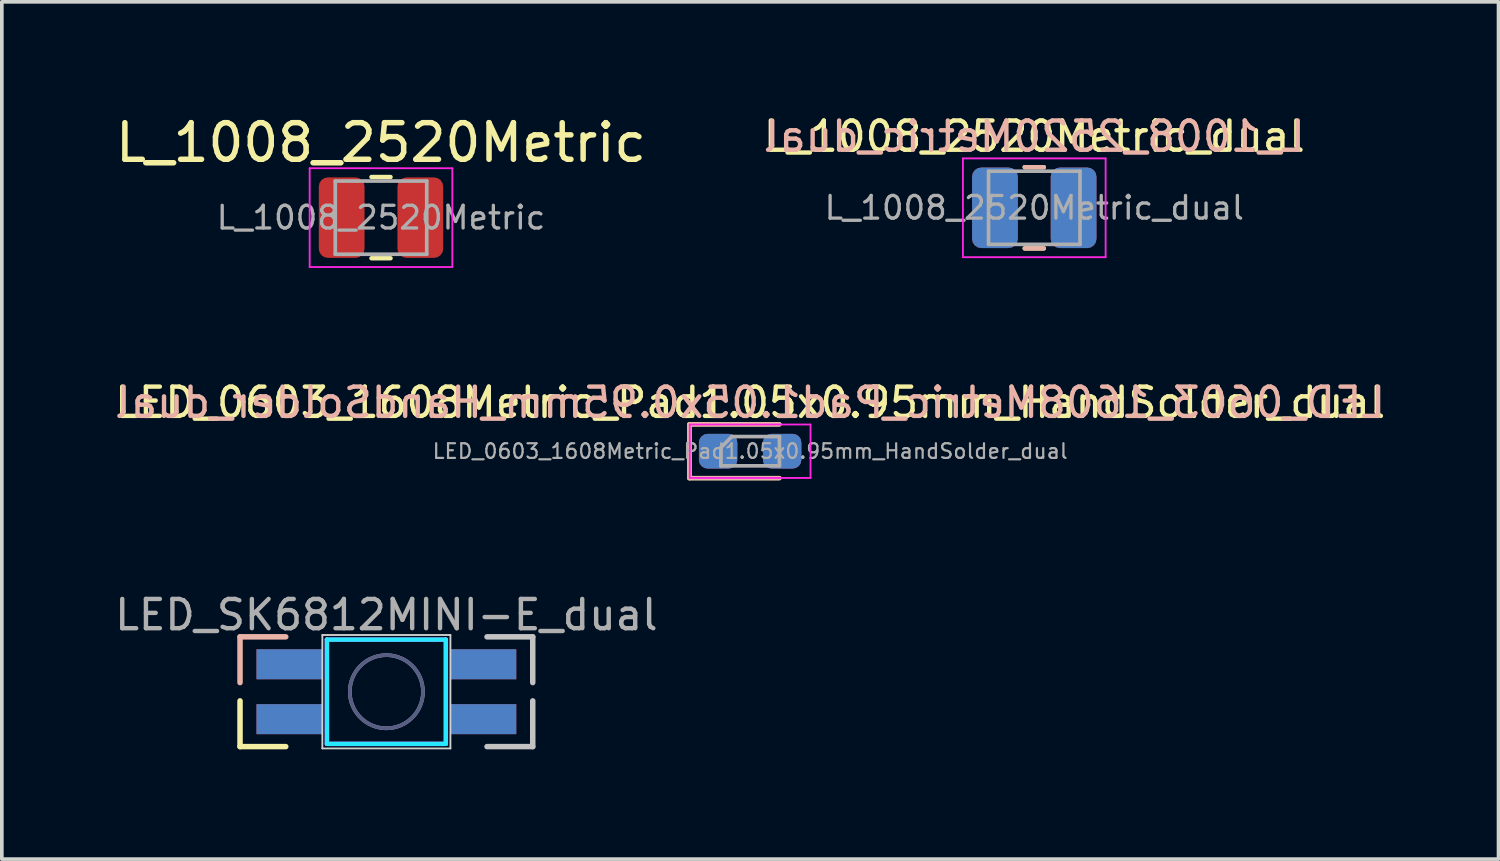
<source format=kicad_pcb>
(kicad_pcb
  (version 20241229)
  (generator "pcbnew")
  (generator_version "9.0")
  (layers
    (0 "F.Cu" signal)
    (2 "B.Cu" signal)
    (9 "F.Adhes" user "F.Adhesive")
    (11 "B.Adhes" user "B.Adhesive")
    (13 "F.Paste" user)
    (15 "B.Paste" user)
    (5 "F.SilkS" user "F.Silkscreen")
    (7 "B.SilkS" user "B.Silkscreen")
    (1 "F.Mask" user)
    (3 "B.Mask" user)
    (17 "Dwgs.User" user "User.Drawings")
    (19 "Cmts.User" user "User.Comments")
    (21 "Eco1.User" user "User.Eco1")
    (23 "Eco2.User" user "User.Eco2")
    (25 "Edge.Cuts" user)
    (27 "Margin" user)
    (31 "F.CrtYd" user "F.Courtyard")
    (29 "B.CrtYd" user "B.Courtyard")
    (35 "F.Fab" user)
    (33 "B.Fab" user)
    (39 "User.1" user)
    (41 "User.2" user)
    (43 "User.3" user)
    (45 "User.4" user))
  (footprint "L_1008_2520Metric"
    (layer "F.Cu")
    (at 7.363 2.898)
    (property "Reference" "L_1008_2520Metric" (at 0 -2.05 0) (layer "F.SilkS") (effects (font (size 1 1) (thickness 0.15))))
    (attr smd)
    (fp_line (start -0.261 -1.11) (end 0.261 -1.11) (stroke (width 0.12) (type solid)) (layer "F.SilkS"))
    (fp_line (start -0.261 1.11) (end 0.261 1.11) (stroke (width 0.12) (type solid)) (layer "F.SilkS"))
    (fp_line (start -1.95 -1.35) (end 1.95 -1.35) (stroke (width 0.05) (type solid)) (layer "F.CrtYd"))
    (fp_line (start -1.95 1.35) (end -1.95 -1.35) (stroke (width 0.05) (type solid)) (layer "F.CrtYd"))
    (fp_line (start 1.95 -1.35) (end 1.95 1.35) (stroke (width 0.05) (type solid)) (layer "F.CrtYd"))
    (fp_line (start 1.95 1.35) (end -1.95 1.35) (stroke (width 0.05) (type solid)) (layer "F.CrtYd"))
    (fp_line (start -1.25 -1) (end 1.25 -1) (stroke (width 0.1) (type solid)) (layer "F.Fab"))
    (fp_line (start -1.25 1) (end -1.25 -1) (stroke (width 0.1) (type solid)) (layer "F.Fab"))
    (fp_line (start 1.25 -1) (end 1.25 1) (stroke (width 0.1) (type solid)) (layer "F.Fab"))
    (fp_line (start 1.25 1) (end -1.25 1) (stroke (width 0.1) (type solid)) (layer "F.Fab"))
    (fp_text user "${REFERENCE}" (at 0 0 0) (layer "F.Fab") (effects (font (size 0.62 0.62) (thickness 0.09))))
    (pad "1" smd roundrect (at -1.075 0) (size 1.25 2.2) (layers "F.Cu" "F.Mask" "F.Paste") (roundrect_rratio 0.2))
    (pad "2" smd roundrect (at 1.075 0) (size 1.25 2.2) (layers "F.Cu" "F.Mask" "F.Paste") (roundrect_rratio 0.2)))
  (footprint "L_1008_2520Metric_dual"
    (layer "F.Cu")
    (at 25.217 2.629)
    (property "Reference" "L_1008_2520Metric_dual" (at 0 -1.95 0) (layer "F.SilkS") (effects (font (size 0.8 0.8) (thickness 0.12))))
    (property "REF" "${REFERENCE}" (at 0 -1.95 0) (layer "B.SilkS") (effects (font (size 0.8 0.8) (thickness 0.12)) (justify mirror)))
    (attr smd)
    (fp_line (start -0.261 -1.11) (end 0.261 -1.11) (stroke (width 0.12) (type solid)) (layer "F.SilkS"))
    (fp_line (start -0.261 1.11) (end 0.261 1.11) (stroke (width 0.12) (type solid)) (layer "F.SilkS"))
    (fp_line (start -0.261 -1.11) (end 0.261 -1.11) (stroke (width 0.12) (type solid)) (layer "B.SilkS"))
    (fp_line (start -0.261 1.11) (end 0.261 1.11) (stroke (width 0.12) (type solid)) (layer "B.SilkS"))
    (fp_line (start -1.95 -1.35) (end 1.95 -1.35) (stroke (width 0.05) (type solid)) (layer "F.CrtYd"))
    (fp_line (start -1.95 1.35) (end -1.95 -1.35) (stroke (width 0.05) (type solid)) (layer "F.CrtYd"))
    (fp_line (start 1.95 -1.35) (end 1.95 1.35) (stroke (width 0.05) (type solid)) (layer "F.CrtYd"))
    (fp_line (start 1.95 1.35) (end -1.95 1.35) (stroke (width 0.05) (type solid)) (layer "F.CrtYd"))
    (fp_line (start -1.25 -1) (end 1.25 -1) (stroke (width 0.1) (type solid)) (layer "F.Fab"))
    (fp_line (start -1.25 1) (end -1.25 -1) (stroke (width 0.1) (type solid)) (layer "F.Fab"))
    (fp_line (start 1.25 -1) (end 1.25 1) (stroke (width 0.1) (type solid)) (layer "F.Fab"))
    (fp_line (start 1.25 1) (end -1.25 1) (stroke (width 0.1) (type solid)) (layer "F.Fab"))
    (fp_text user "${REFERENCE}" (at 0 0 0) (layer "F.Fab") (effects (font (size 0.62 0.62) (thickness 0.09))))
    (pad "1" smd roundrect (at -1.075 0) (size 1.25 2.2) (layers "F.Cu" "F.Mask" "F.Paste") (roundrect_rratio 0.2))
    (pad "1" smd roundrect (at -1.075 0 180) (size 1.25 2.2) (layers "B.Cu" "B.Mask" "B.Paste") (roundrect_rratio 0.2))
    (pad "2" smd roundrect (at 1.075 0) (size 1.25 2.2) (layers "F.Cu" "F.Mask" "F.Paste") (roundrect_rratio 0.2))
    (pad "2" smd roundrect (at 1.075 0 180) (size 1.25 2.2) (layers "B.Cu" "B.Mask" "B.Paste") (roundrect_rratio 0.2)))
  (footprint "LED_0603_1608Metric_Pad1.05x0.95mm_HandSolder_dual"
    (layer "F.Cu")
    (at 17.452 9.282)
    (property "Reference" "LED_0603_1608Metric_Pad1.05x0.95mm_HandSolder_dual" (at 0 -1.33 180) (layer "F.SilkS") (effects (font (size 0.8 0.8) (thickness 0.12))))
    (property "REF" "${REFERENCE}" (at 0 -1.33 0) (layer "B.SilkS") (effects (font (size 0.8 0.8) (thickness 0.12)) (justify mirror)))
    (attr smd)
    (fp_line (start -1.66 -0.735) (end -1.66 0.735) (stroke (width 0.12) (type solid)) (layer "F.SilkS"))
    (fp_line (start -1.66 0.735) (end 0.8 0.735) (stroke (width 0.12) (type solid)) (layer "F.SilkS"))
    (fp_line (start 0.8 -0.735) (end -1.66 -0.735) (stroke (width 0.12) (type solid)) (layer "F.SilkS"))
    (fp_line (start -1.66 -0.735) (end 0.8 -0.735) (stroke (width 0.12) (type solid)) (layer "B.SilkS"))
    (fp_line (start -1.66 0.735) (end -1.66 -0.735) (stroke (width 0.12) (type solid)) (layer "B.SilkS"))
    (fp_line (start 0.8 0.735) (end -1.66 0.735) (stroke (width 0.12) (type solid)) (layer "B.SilkS"))
    (fp_line (start -1.65 -0.73) (end 1.65 -0.73) (stroke (width 0.05) (type solid)) (layer "F.CrtYd"))
    (fp_line (start -1.65 0.73) (end -1.65 -0.73) (stroke (width 0.05) (type solid)) (layer "F.CrtYd"))
    (fp_line (start 1.65 -0.73) (end 1.65 0.73) (stroke (width 0.05) (type solid)) (layer "F.CrtYd"))
    (fp_line (start 1.65 0.73) (end -1.65 0.73) (stroke (width 0.05) (type solid)) (layer "F.CrtYd"))
    (fp_line (start -0.8 -0.1) (end -0.8 0.4) (stroke (width 0.1) (type solid)) (layer "F.Fab"))
    (fp_line (start -0.8 0.4) (end 0.8 0.4) (stroke (width 0.1) (type solid)) (layer "F.Fab"))
    (fp_line (start -0.5 -0.4) (end -0.8 -0.1) (stroke (width 0.1) (type solid)) (layer "F.Fab"))
    (fp_line (start 0.8 -0.4) (end -0.5 -0.4) (stroke (width 0.1) (type solid)) (layer "F.Fab"))
    (fp_line (start 0.8 0.4) (end 0.8 -0.4) (stroke (width 0.1) (type solid)) (layer "F.Fab"))
    (fp_text user "${REFERENCE}" (at 0 0 180) (layer "F.Fab") (effects (font (size 0.4 0.4) (thickness 0.06))))
    (pad "1" smd roundrect (at -0.875 0) (size 1.05 0.95) (layers "F.Cu" "F.Mask" "F.Paste") (roundrect_rratio 0.25))
    (pad "1" smd roundrect (at -0.875 0 180) (size 1.05 0.95) (layers "B.Cu" "B.Mask" "B.Paste") (roundrect_rratio 0.25))
    (pad "2" smd roundrect (at 0.875 0) (size 1.05 0.95) (layers "F.Cu" "F.Mask" "F.Paste") (roundrect_rratio 0.25))
    (pad "2" smd roundrect (at 0.875 0 180) (size 1.05 0.95) (layers "B.Cu" "B.Mask" "B.Paste") (roundrect_rratio 0.25)))
  (footprint "LED_SK6812MINI-E_dual"
    (layer "F.Cu")
    (at 7.51 15.855)
    (property "Reference" "LED_SK6812MINI-E_dual" (at 0 -2.1 0) (unlocked yes) (layer "F.Fab") (effects (font (size 0.8 0.8) (thickness 0.12))))
    (attr through_hole)
    (fp_line (start -4 0.25) (end -4 1.5) (stroke (width 0.15) (type default)) (layer "F.SilkS"))
    (fp_line (start -2.75 1.5) (end -4 1.5) (stroke (width 0.15) (type default)) (layer "F.SilkS"))
    (fp_line (start -4 -0.25) (end -4 -1.5) (stroke (width 0.15) (type default)) (layer "B.SilkS"))
    (fp_line (start -2.75 -1.5) (end -4 -1.5) (stroke (width 0.15) (type default)) (layer "B.SilkS"))
    (fp_line (start 2.75 -1.5) (end 4 -1.5) (stroke (width 0.15) (type default)) (layer "Dwgs.User"))
    (fp_line (start 2.75 1.5) (end 4 1.5) (stroke (width 0.15) (type default)) (layer "Dwgs.User"))
    (fp_line (start 4 -0.25) (end 4 -1.5) (stroke (width 0.15) (type default)) (layer "Dwgs.User"))
    (fp_line (start 4 0.25) (end 4 1.5) (stroke (width 0.15) (type default)) (layer "Dwgs.User"))
    (fp_line (start -1.75 -1.55) (end 1.75 -1.55) (stroke (width 0.05) (type solid)) (layer "Edge.Cuts"))
    (fp_line (start -1.75 1.55) (end -1.75 -1.55) (stroke (width 0.05) (type solid)) (layer "Edge.Cuts"))
    (fp_line (start 1.75 -1.55) (end 1.75 1.55) (stroke (width 0.05) (type solid)) (layer "Edge.Cuts"))
    (fp_line (start 1.75 1.55) (end -1.75 1.55) (stroke (width 0.05) (type solid)) (layer "Edge.Cuts"))
    (fp_line (start -1.625 -1.425) (end -1.625 1.425) (stroke (width 0.12) (type solid)) (layer "B.CrtYd"))
    (fp_line (start -1.625 1.425) (end 1.625 1.425) (stroke (width 0.12) (type solid)) (layer "B.CrtYd"))
    (fp_line (start 1.625 -1.425) (end -1.625 -1.425) (stroke (width 0.12) (type solid)) (layer "B.CrtYd"))
    (fp_line (start 1.625 1.425) (end 1.625 -1.425) (stroke (width 0.12) (type solid)) (layer "B.CrtYd"))
    (fp_line (start -1.625 -1.425) (end 1.625 -1.425) (stroke (width 0.12) (type solid)) (layer "F.CrtYd"))
    (fp_line (start -1.625 1.425) (end -1.625 -1.425) (stroke (width 0.12) (type solid)) (layer "F.CrtYd"))
    (fp_line (start 1.625 -1.425) (end 1.625 1.425) (stroke (width 0.12) (type solid)) (layer "F.CrtYd"))
    (fp_line (start 1.625 1.425) (end -1.625 1.425) (stroke (width 0.12) (type solid)) (layer "F.CrtYd"))
    (fp_circle (center 0 0) (end 0 -1) (stroke (width 0.1) (type solid)) (fill no) (layer "B.Fab"))
    (fp_circle (center 0 0) (end 0 1) (stroke (width 0.1) (type solid)) (fill no) (layer "F.Fab"))
    (pad "1" smd rect (at 2.65 -0.75 180) (size 1.8 0.82) (layers "F.Cu" "F.Mask" "F.Paste"))
    (pad "1" smd rect (at 2.65 0.75) (size 1.8 0.82) (layers "B.Cu" "B.Mask" "B.Paste"))
    (pad "2" smd rect (at 2.65 -0.75) (size 1.8 0.82) (layers "B.Cu" "B.Mask" "B.Paste"))
    (pad "2" smd rect (at 2.65 0.75 180) (size 1.8 0.82) (layers "F.Cu" "F.Mask" "F.Paste"))
    (pad "3" smd rect (at -2.65 -0.75) (size 1.8 0.82) (layers "B.Cu" "B.Mask" "B.Paste"))
    (pad "3" smd rect (at -2.65 0.75 180) (size 1.8 0.82) (layers "F.Cu" "F.Mask" "F.Paste"))
    (pad "4" smd rect (at -2.65 -0.75 180) (size 1.8 0.82) (layers "F.Cu" "F.Mask" "F.Paste"))
    (pad "4" smd rect (at -2.65 0.75) (size 1.8 0.82) (layers "B.Cu" "B.Mask" "B.Paste")))
  (gr_rect
    (start -3 -3)
    (end 37.905 20.43)
    (stroke (width 0.1) (type default))
    (fill no)
    (layer "Edge.Cuts")))
</source>
